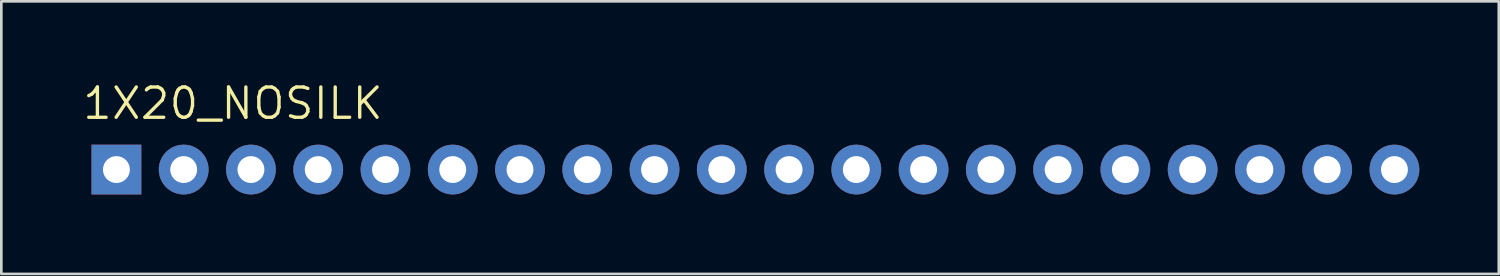
<source format=kicad_pcb>
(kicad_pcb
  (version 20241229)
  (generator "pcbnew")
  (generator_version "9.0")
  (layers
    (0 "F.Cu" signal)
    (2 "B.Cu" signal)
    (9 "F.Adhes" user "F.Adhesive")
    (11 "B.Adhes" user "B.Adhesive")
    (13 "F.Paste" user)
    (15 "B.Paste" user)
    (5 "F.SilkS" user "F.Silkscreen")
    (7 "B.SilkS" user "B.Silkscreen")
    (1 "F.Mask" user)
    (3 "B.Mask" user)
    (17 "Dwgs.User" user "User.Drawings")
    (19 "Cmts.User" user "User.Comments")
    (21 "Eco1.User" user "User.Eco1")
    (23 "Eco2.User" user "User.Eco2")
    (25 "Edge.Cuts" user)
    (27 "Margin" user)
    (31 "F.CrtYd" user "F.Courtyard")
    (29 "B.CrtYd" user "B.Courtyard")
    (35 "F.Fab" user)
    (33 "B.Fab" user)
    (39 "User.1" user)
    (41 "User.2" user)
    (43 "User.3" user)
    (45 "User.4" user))
  (footprint "1X20_NOSILK"
    (layer "F.Cu")
    (at 1.346 3.353)
    (property "Reference" "1X20_NOSILK" (at -1.346 -1.829 0) (layer "F.SilkS") (effects (font (size 1.143 1.143) (thickness 0.127)) (justify left bottom)))
    (fp_poly (pts (xy -0.254 0.254) (xy 0.254 0.254) (xy 0.254 -0.254) (xy -0.254 -0.254)) (stroke (width 0.1) (type default)) (fill no) (layer "F.Fab"))
    (fp_poly (pts (xy 2.286 0.254) (xy 2.794 0.254) (xy 2.794 -0.254) (xy 2.286 -0.254)) (stroke (width 0.1) (type default)) (fill no) (layer "F.Fab"))
    (fp_poly (pts (xy 4.826 0.254) (xy 5.334 0.254) (xy 5.334 -0.254) (xy 4.826 -0.254)) (stroke (width 0.1) (type default)) (fill no) (layer "F.Fab"))
    (fp_poly (pts (xy 7.366 0.254) (xy 7.874 0.254) (xy 7.874 -0.254) (xy 7.366 -0.254)) (stroke (width 0.1) (type default)) (fill no) (layer "F.Fab"))
    (fp_poly (pts (xy 9.906 0.254) (xy 10.414 0.254) (xy 10.414 -0.254) (xy 9.906 -0.254)) (stroke (width 0.1) (type default)) (fill no) (layer "F.Fab"))
    (fp_poly (pts (xy 12.446 0.254) (xy 12.954 0.254) (xy 12.954 -0.254) (xy 12.446 -0.254)) (stroke (width 0.1) (type default)) (fill no) (layer "F.Fab"))
    (fp_poly (pts (xy 14.986 0.254) (xy 15.494 0.254) (xy 15.494 -0.254) (xy 14.986 -0.254)) (stroke (width 0.1) (type default)) (fill no) (layer "F.Fab"))
    (fp_poly (pts (xy 17.526 0.254) (xy 18.034 0.254) (xy 18.034 -0.254) (xy 17.526 -0.254)) (stroke (width 0.1) (type default)) (fill no) (layer "F.Fab"))
    (fp_poly (pts (xy 20.066 0.254) (xy 20.574 0.254) (xy 20.574 -0.254) (xy 20.066 -0.254)) (stroke (width 0.1) (type default)) (fill no) (layer "F.Fab"))
    (fp_poly (pts (xy 22.606 0.254) (xy 23.114 0.254) (xy 23.114 -0.254) (xy 22.606 -0.254)) (stroke (width 0.1) (type default)) (fill no) (layer "F.Fab"))
    (fp_poly (pts (xy 25.146 0.254) (xy 25.654 0.254) (xy 25.654 -0.254) (xy 25.146 -0.254)) (stroke (width 0.1) (type default)) (fill no) (layer "F.Fab"))
    (fp_poly (pts (xy 27.686 0.254) (xy 28.194 0.254) (xy 28.194 -0.254) (xy 27.686 -0.254)) (stroke (width 0.1) (type default)) (fill no) (layer "F.Fab"))
    (fp_poly (pts (xy 30.226 0.254) (xy 30.734 0.254) (xy 30.734 -0.254) (xy 30.226 -0.254)) (stroke (width 0.1) (type default)) (fill no) (layer "F.Fab"))
    (fp_poly (pts (xy 32.766 0.254) (xy 33.274 0.254) (xy 33.274 -0.254) (xy 32.766 -0.254)) (stroke (width 0.1) (type default)) (fill no) (layer "F.Fab"))
    (fp_poly (pts (xy 35.306 0.254) (xy 35.814 0.254) (xy 35.814 -0.254) (xy 35.306 -0.254)) (stroke (width 0.1) (type default)) (fill no) (layer "F.Fab"))
    (fp_poly (pts (xy 37.846 0.254) (xy 38.354 0.254) (xy 38.354 -0.254) (xy 37.846 -0.254)) (stroke (width 0.1) (type default)) (fill no) (layer "F.Fab"))
    (fp_poly (pts (xy 40.386 0.254) (xy 40.894 0.254) (xy 40.894 -0.254) (xy 40.386 -0.254)) (stroke (width 0.1) (type default)) (fill no) (layer "F.Fab"))
    (fp_poly (pts (xy 42.926 0.254) (xy 43.434 0.254) (xy 43.434 -0.254) (xy 42.926 -0.254)) (stroke (width 0.1) (type default)) (fill no) (layer "F.Fab"))
    (fp_poly (pts (xy 45.466 0.254) (xy 45.974 0.254) (xy 45.974 -0.254) (xy 45.466 -0.254)) (stroke (width 0.1) (type default)) (fill no) (layer "F.Fab"))
    (fp_poly (pts (xy 48.006 0.254) (xy 48.514 0.254) (xy 48.514 -0.254) (xy 48.006 -0.254)) (stroke (width 0.1) (type default)) (fill no) (layer "F.Fab"))
    (pad "1" thru_hole rect (at 0 0 90) (size 1.88 1.88) (drill 1.016) (layers "*.Cu" "*.Mask"))
    (pad "2" thru_hole circle (at 2.54 0 90) (size 1.88 1.88) (drill 1.016) (layers "*.Cu" "*.Mask"))
    (pad "3" thru_hole circle (at 5.08 0 90) (size 1.88 1.88) (drill 1.016) (layers "*.Cu" "*.Mask"))
    (pad "4" thru_hole circle (at 7.62 0 90) (size 1.88 1.88) (drill 1.016) (layers "*.Cu" "*.Mask"))
    (pad "5" thru_hole circle (at 10.16 0 90) (size 1.88 1.88) (drill 1.016) (layers "*.Cu" "*.Mask"))
    (pad "6" thru_hole circle (at 12.7 0 90) (size 1.88 1.88) (drill 1.016) (layers "*.Cu" "*.Mask"))
    (pad "7" thru_hole circle (at 15.24 0 90) (size 1.88 1.88) (drill 1.016) (layers "*.Cu" "*.Mask"))
    (pad "8" thru_hole circle (at 17.78 0 90) (size 1.88 1.88) (drill 1.016) (layers "*.Cu" "*.Mask"))
    (pad "9" thru_hole circle (at 20.32 0 90) (size 1.88 1.88) (drill 1.016) (layers "*.Cu" "*.Mask"))
    (pad "10" thru_hole circle (at 22.86 0 90) (size 1.88 1.88) (drill 1.016) (layers "*.Cu" "*.Mask"))
    (pad "11" thru_hole circle (at 25.4 0 90) (size 1.88 1.88) (drill 1.016) (layers "*.Cu" "*.Mask"))
    (pad "12" thru_hole circle (at 27.94 0 90) (size 1.88 1.88) (drill 1.016) (layers "*.Cu" "*.Mask"))
    (pad "13" thru_hole circle (at 30.48 0 90) (size 1.88 1.88) (drill 1.016) (layers "*.Cu" "*.Mask"))
    (pad "14" thru_hole circle (at 33.02 0 90) (size 1.88 1.88) (drill 1.016) (layers "*.Cu" "*.Mask"))
    (pad "15" thru_hole circle (at 35.56 0 90) (size 1.88 1.88) (drill 1.016) (layers "*.Cu" "*.Mask"))
    (pad "16" thru_hole circle (at 38.1 0 90) (size 1.88 1.88) (drill 1.016) (layers "*.Cu" "*.Mask"))
    (pad "17" thru_hole circle (at 40.64 0 90) (size 1.88 1.88) (drill 1.016) (layers "*.Cu" "*.Mask"))
    (pad "18" thru_hole circle (at 43.18 0 90) (size 1.88 1.88) (drill 1.016) (layers "*.Cu" "*.Mask"))
    (pad "19" thru_hole circle (at 45.72 0 90) (size 1.88 1.88) (drill 1.016) (layers "*.Cu" "*.Mask"))
    (pad "20" thru_hole circle (at 48.26 0 90) (size 1.88 1.88) (drill 1.016) (layers "*.Cu" "*.Mask")))
  (gr_rect
    (start -3 -3)
    (end 53.546 7.293)
    (stroke (width 0.1) (type default))
    (fill no)
    (layer "Edge.Cuts")))
</source>
